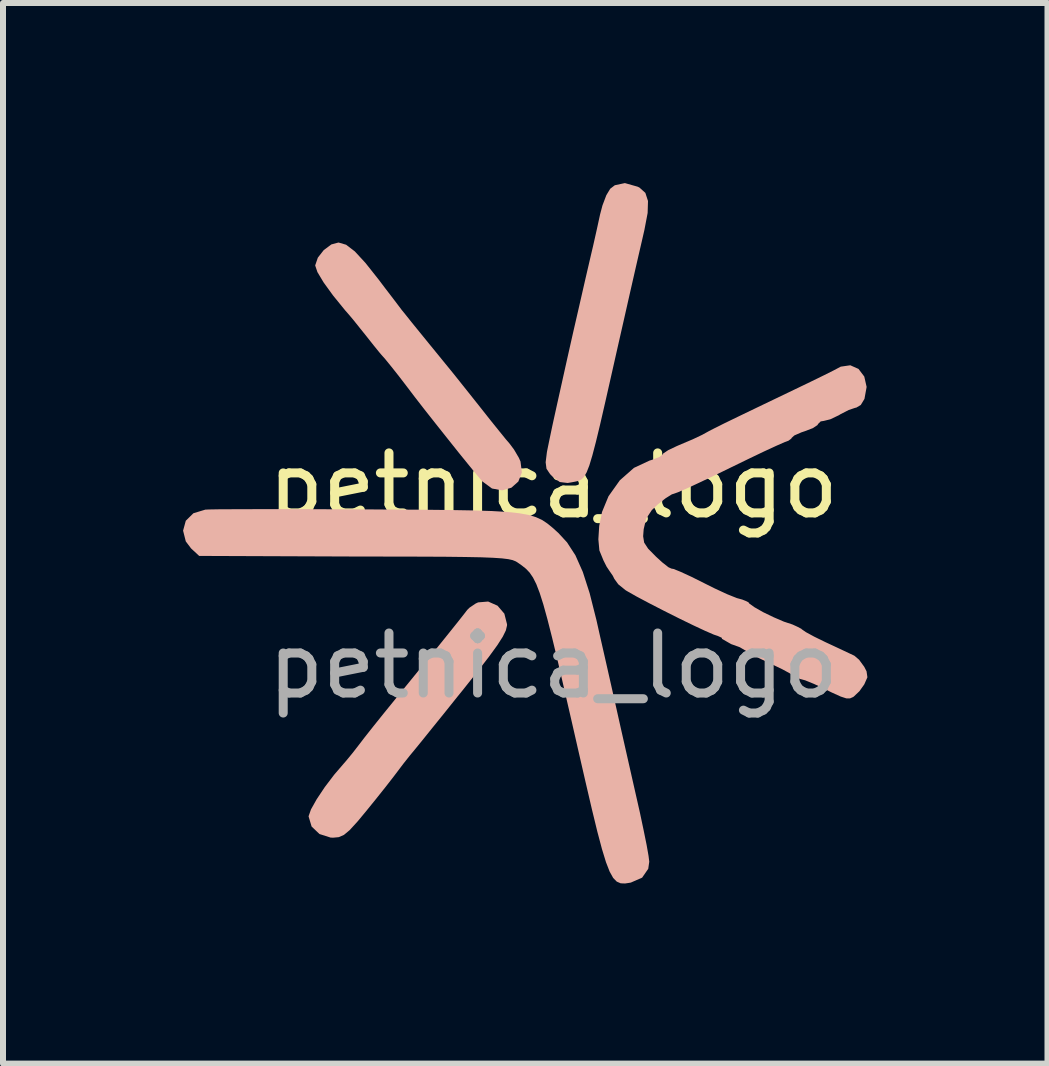
<source format=kicad_pcb>
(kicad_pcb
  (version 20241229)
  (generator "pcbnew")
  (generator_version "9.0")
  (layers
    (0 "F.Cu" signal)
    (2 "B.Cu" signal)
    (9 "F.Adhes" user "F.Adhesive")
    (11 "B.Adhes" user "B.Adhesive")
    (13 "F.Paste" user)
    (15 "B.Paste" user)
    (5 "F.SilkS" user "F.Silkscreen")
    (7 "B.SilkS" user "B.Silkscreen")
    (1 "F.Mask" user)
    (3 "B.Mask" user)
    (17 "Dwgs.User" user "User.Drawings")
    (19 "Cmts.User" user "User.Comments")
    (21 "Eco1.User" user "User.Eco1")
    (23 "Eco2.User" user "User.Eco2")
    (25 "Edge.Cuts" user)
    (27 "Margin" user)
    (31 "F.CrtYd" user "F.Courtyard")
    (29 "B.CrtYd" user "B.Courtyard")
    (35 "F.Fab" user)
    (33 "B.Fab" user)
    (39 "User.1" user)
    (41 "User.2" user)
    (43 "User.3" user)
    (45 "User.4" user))
  (footprint "petnica_logo"
    (layer "F.Cu")
    (at 6.168 5.54)
    (property "Reference" "petnica_logo" (at 0 -0.5 0) (unlocked yes) (layer "F.SilkS") (effects (font (size 1 1) (thickness 0.15))))
    (attr smd)
    (fp_poly (pts (xy 0.293 -0.553) (xy 0.362 -0.566) (xy 0.419 -0.579) (xy 0.468 -0.603) (xy 0.513 -0.647) (xy 0.555 -0.722) (xy 0.6 -0.837) (xy 0.65 -1.003) (xy 0.709 -1.228) (xy 0.78 -1.522) (xy 0.866 -1.896) (xy 0.971 -2.36) (xy 1.074 -2.817) (xy 1.177 -3.27) (xy 1.259 -3.633) (xy 1.326 -3.927) (xy 1.381 -4.168) (xy 1.429 -4.377) (xy 1.474 -4.571) (xy 1.517 -4.759) (xy 1.571 -5.042) (xy 1.577 -5.242) (xy 1.533 -5.377) (xy 1.435 -5.465) (xy 1.404 -5.48) (xy 1.192 -5.54) (xy 1.024 -5.504) (xy 0.948 -5.446) (xy 0.883 -5.339) (xy 0.818 -5.167) (xy 0.779 -5.019) (xy 0.724 -4.767) (xy 0.662 -4.491) (xy 0.631 -4.36) (xy 0.533 -3.938) (xy 0.432 -3.496) (xy 0.329 -3.048) (xy 0.23 -2.609) (xy 0.138 -2.195) (xy 0.055 -1.822) (xy -0.015 -1.504) (xy -0.067 -1.256) (xy -0.1 -1.095) (xy -0.107 -1.059) (xy -0.128 -0.889) (xy -0.114 -0.781) (xy -0.055 -0.693) (xy -0.017 -0.653) (xy 0.107 -0.56) (xy 0.238 -0.544)) (stroke (width 0) (type solid)) (fill yes) (layer "B.SilkS"))
    (fp_poly (pts (xy -3.574 5.356) (xy -3.489 5.319) (xy -3.393 5.239) (xy -3.265 5.099) (xy -3.131 4.938) (xy -2.959 4.726) (xy -2.794 4.519) (xy -2.661 4.348) (xy -2.617 4.29) (xy -2.5 4.135) (xy -2.393 4) (xy -2.36 3.96) (xy -2.298 3.885) (xy -2.179 3.739) (xy -2.015 3.535) (xy -1.816 3.289) (xy -1.596 3.014) (xy -1.518 2.918) (xy -1.262 2.596) (xy -1.07 2.347) (xy -0.932 2.157) (xy -0.842 2.016) (xy -0.791 1.912) (xy -0.772 1.832) (xy -0.771 1.811) (xy -0.816 1.633) (xy -0.93 1.5) (xy -1.086 1.431) (xy -1.253 1.445) (xy -1.294 1.464) (xy -1.395 1.532) (xy -1.435 1.571) (xy -1.484 1.635) (xy -1.591 1.771) (xy -1.745 1.963) (xy -1.933 2.197) (xy -2.145 2.458) (xy -2.369 2.733) (xy -2.592 3.007) (xy -2.644 3.071) (xy -2.826 3.295) (xy -3 3.512) (xy -3.143 3.693) (xy -3.221 3.795) (xy -3.341 3.95) (xy -3.452 4.085) (xy -3.487 4.125) (xy -3.651 4.316) (xy -3.808 4.523) (xy -3.942 4.724) (xy -4.037 4.893) (xy -4.077 5.006) (xy -4.077 5.012) (xy -4.027 5.179) (xy -3.896 5.304) (xy -3.711 5.363) (xy -3.669 5.365)) (stroke (width 0) (type solid)) (fill yes) (layer "B.SilkS"))
    (fp_poly (pts (xy -0.699 -0.465) (xy -0.583 -0.568) (xy -0.524 -0.719) (xy -0.547 -0.902) (xy -0.574 -0.963) (xy -0.655 -1.101) (xy -0.729 -1.2) (xy -0.79 -1.271) (xy -0.902 -1.409) (xy -1.05 -1.593) (xy -1.212 -1.798) (xy -1.382 -2.012) (xy -1.535 -2.204) (xy -1.653 -2.352) (xy -1.717 -2.431) (xy -1.798 -2.53) (xy -1.921 -2.681) (xy -2.068 -2.861) (xy -2.22 -3.048) (xy -2.359 -3.219) (xy -2.465 -3.352) (xy -2.522 -3.422) (xy -2.523 -3.423) (xy -2.572 -3.488) (xy -2.672 -3.62) (xy -2.807 -3.796) (xy -2.908 -3.93) (xy -3.13 -4.21) (xy -3.307 -4.402) (xy -3.452 -4.513) (xy -3.579 -4.55) (xy -3.698 -4.518) (xy -3.823 -4.425) (xy -3.826 -4.422) (xy -3.923 -4.298) (xy -3.966 -4.173) (xy -3.967 -4.166) (xy -3.93 -4.057) (xy -3.827 -3.885) (xy -3.67 -3.668) (xy -3.47 -3.422) (xy -3.399 -3.341) (xy -3.327 -3.255) (xy -3.215 -3.115) (xy -3.109 -2.983) (xy -2.992 -2.835) (xy -2.903 -2.725) (xy -2.864 -2.679) (xy -2.801 -2.608) (xy -2.696 -2.479) (xy -2.571 -2.321) (xy -2.449 -2.162) (xy -2.424 -2.129) (xy -2.307 -1.975) (xy -2.148 -1.77) (xy -1.961 -1.533) (xy -1.764 -1.285) (xy -1.572 -1.044) (xy -1.4 -0.832) (xy -1.265 -0.667) (xy -1.185 -0.572) (xy -1.022 -0.452) (xy -0.853 -0.421)) (stroke (width 0) (type solid)) (fill yes) (layer "B.SilkS"))
    (fp_poly (pts (xy 1.28 6.115) (xy 1.293 6.112) (xy 1.479 6.031) (xy 1.581 5.883) (xy 1.598 5.765) (xy 1.586 5.668) (xy 1.554 5.486) (xy 1.504 5.24) (xy 1.443 4.951) (xy 1.402 4.77) (xy 1.318 4.399) (xy 1.226 3.992) (xy 1.136 3.594) (xy 1.059 3.25) (xy 1.045 3.188) (xy 0.965 2.832) (xy 0.873 2.425) (xy 0.781 2.021) (xy 0.718 1.74) (xy 0.605 1.292) (xy 0.491 0.938) (xy 0.368 0.661) (xy 0.228 0.445) (xy 0.083 0.288) (xy -0.011 0.203) (xy -0.098 0.132) (xy -0.186 0.073) (xy -0.288 0.026) (xy -0.412 -0.012) (xy -0.57 -0.04) (xy -0.772 -0.062) (xy -1.028 -0.077) (xy -1.348 -0.087) (xy -1.743 -0.094) (xy -2.223 -0.099) (xy -2.798 -0.102) (xy -3.077 -0.104) (xy -3.601 -0.106) (xy -4.097 -0.108) (xy -4.552 -0.108) (xy -4.956 -0.108) (xy -5.295 -0.107) (xy -5.557 -0.106) (xy -5.732 -0.103) (xy -5.798 -0.1) (xy -5.996 -0.04) (xy -6.123 0.085) (xy -6.168 0.25) (xy -6.123 0.429) (xy -6.035 0.546) (xy -5.9 0.671) (xy -3.32 0.681) (xy -2.715 0.682) (xy -2.21 0.683) (xy -1.796 0.685) (xy -1.464 0.689) (xy -1.202 0.694) (xy -1.003 0.702) (xy -0.855 0.712) (xy -0.75 0.725) (xy -0.678 0.741) (xy -0.628 0.761) (xy -0.604 0.775) (xy -0.525 0.83) (xy -0.456 0.885) (xy -0.395 0.949) (xy -0.339 1.031) (xy -0.284 1.14) (xy -0.228 1.286) (xy -0.167 1.478) (xy -0.099 1.724) (xy -0.02 2.035) (xy 0.073 2.42) (xy 0.181 2.887) (xy 0.31 3.447) (xy 0.408 3.877) (xy 0.536 4.435) (xy 0.643 4.894) (xy 0.733 5.264) (xy 0.81 5.554) (xy 0.877 5.773) (xy 0.938 5.93) (xy 0.997 6.036) (xy 1.057 6.097) (xy 1.122 6.125) (xy 1.195 6.128)) (stroke (width 0) (type solid)) (fill yes) (layer "B.SilkS"))
    (fp_poly (pts (xy 4.991 3.023) (xy 5.004 3.015) (xy 5.099 2.925) (xy 5.18 2.811) (xy 5.232 2.693) (xy 5.218 2.594) (xy 5.18 2.519) (xy 5.093 2.4) (xy 5.014 2.333) (xy 4.927 2.292) (xy 4.77 2.218) (xy 4.575 2.127) (xy 4.532 2.107) (xy 4.346 2.016) (xy 4.206 1.94) (xy 4.137 1.892) (xy 4.133 1.886) (xy 4.06 1.848) (xy 3.983 1.813) (xy 3.841 1.766) (xy 3.669 1.692) (xy 3.495 1.608) (xy 3.351 1.526) (xy 3.264 1.464) (xy 3.251 1.444) (xy 3.205 1.421) (xy 3.147 1.398) (xy 3.056 1.373) (xy 2.894 1.308) (xy 2.685 1.211) (xy 2.517 1.127) (xy 2.301 1.019) (xy 2.123 0.937) (xy 2.005 0.889) (xy 1.967 0.882) (xy 1.918 0.86) (xy 1.815 0.779) (xy 1.71 0.683) (xy 1.579 0.55) (xy 1.513 0.449) (xy 1.496 0.344) (xy 1.505 0.227) (xy 1.546 0.05) (xy 1.641 -0.093) (xy 1.739 -0.186) (xy 1.871 -0.29) (xy 1.975 -0.355) (xy 2.008 -0.365) (xy 2.075 -0.389) (xy 2.224 -0.453) (xy 2.437 -0.552) (xy 2.698 -0.676) (xy 2.965 -0.806) (xy 3.255 -0.947) (xy 3.512 -1.07) (xy 3.718 -1.165) (xy 3.859 -1.227) (xy 3.915 -1.247) (xy 3.966 -1.284) (xy 3.967 -1.293) (xy 4.015 -1.336) (xy 4.134 -1.388) (xy 4.188 -1.406) (xy 4.324 -1.458) (xy 4.402 -1.51) (xy 4.408 -1.525) (xy 4.454 -1.57) (xy 4.505 -1.578) (xy 4.614 -1.605) (xy 4.757 -1.673) (xy 4.781 -1.688) (xy 4.921 -1.76) (xy 5.031 -1.797) (xy 5.044 -1.798) (xy 5.122 -1.844) (xy 5.183 -1.945) (xy 5.219 -2.144) (xy 5.18 -2.317) (xy 5.084 -2.444) (xy 4.947 -2.505) (xy 4.788 -2.482) (xy 4.739 -2.456) (xy 4.665 -2.417) (xy 4.509 -2.339) (xy 4.286 -2.23) (xy 4.014 -2.099) (xy 3.708 -1.952) (xy 3.664 -1.931) (xy 3.356 -1.783) (xy 3.078 -1.649) (xy 2.847 -1.537) (xy 2.681 -1.454) (xy 2.595 -1.41) (xy 2.59 -1.407) (xy 2.479 -1.346) (xy 2.323 -1.272) (xy 2.094 -1.175) (xy 2.053 -1.157) (xy 1.914 -1.091) (xy 1.83 -1.035) (xy 1.819 -1.018) (xy 1.771 -0.979) (xy 1.651 -0.932) (xy 1.602 -0.917) (xy 1.343 -0.796) (xy 1.108 -0.589) (xy 0.919 -0.323) (xy 0.811 -0.061) (xy 0.764 0.171) (xy 0.75 0.395) (xy 0.767 0.58) (xy 0.815 0.697) (xy 0.835 0.746) (xy 0.884 0.843) (xy 0.885 0.846) (xy 0.935 0.921) (xy 0.96 0.957) (xy 0.991 1.002) (xy 1.016 1.053) (xy 1.082 1.144) (xy 1.203 1.242) (xy 1.226 1.256) (xy 1.388 1.348) (xy 1.601 1.461) (xy 1.842 1.585) (xy 2.091 1.71) (xy 2.327 1.825) (xy 2.528 1.919) (xy 2.673 1.982) (xy 2.739 2.004) (xy 2.805 2.034) (xy 2.81 2.053) (xy 2.885 2.096) (xy 2.962 2.14) (xy 3.106 2.192) (xy 3.196 2.245) (xy 3.286 2.3) (xy 3.443 2.382) (xy 3.634 2.473) (xy 3.637 2.474) (xy 3.816 2.56) (xy 3.95 2.633) (xy 4.012 2.677) (xy 4.013 2.679) (xy 4.077 2.696) (xy 4.105 2.72) (xy 4.194 2.743) (xy 4.339 2.802) (xy 4.417 2.838) (xy 4.64 2.947) (xy 4.788 3.014) (xy 4.88 3.044) (xy 4.941 3.045)) (stroke (width 0) (type solid)) (fill yes) (layer "B.SilkS"))
    (fp_text user "${REFERENCE}" (at 0 2.5 0) (unlocked yes) (layer "F.Fab") (effects (font (size 1 1) (thickness 0.15)))))
  (gr_rect
    (start -3 -3)
    (end 14.4 14.668)
    (stroke (width 0.1) (type default))
    (fill no)
    (layer "Edge.Cuts")))
</source>
